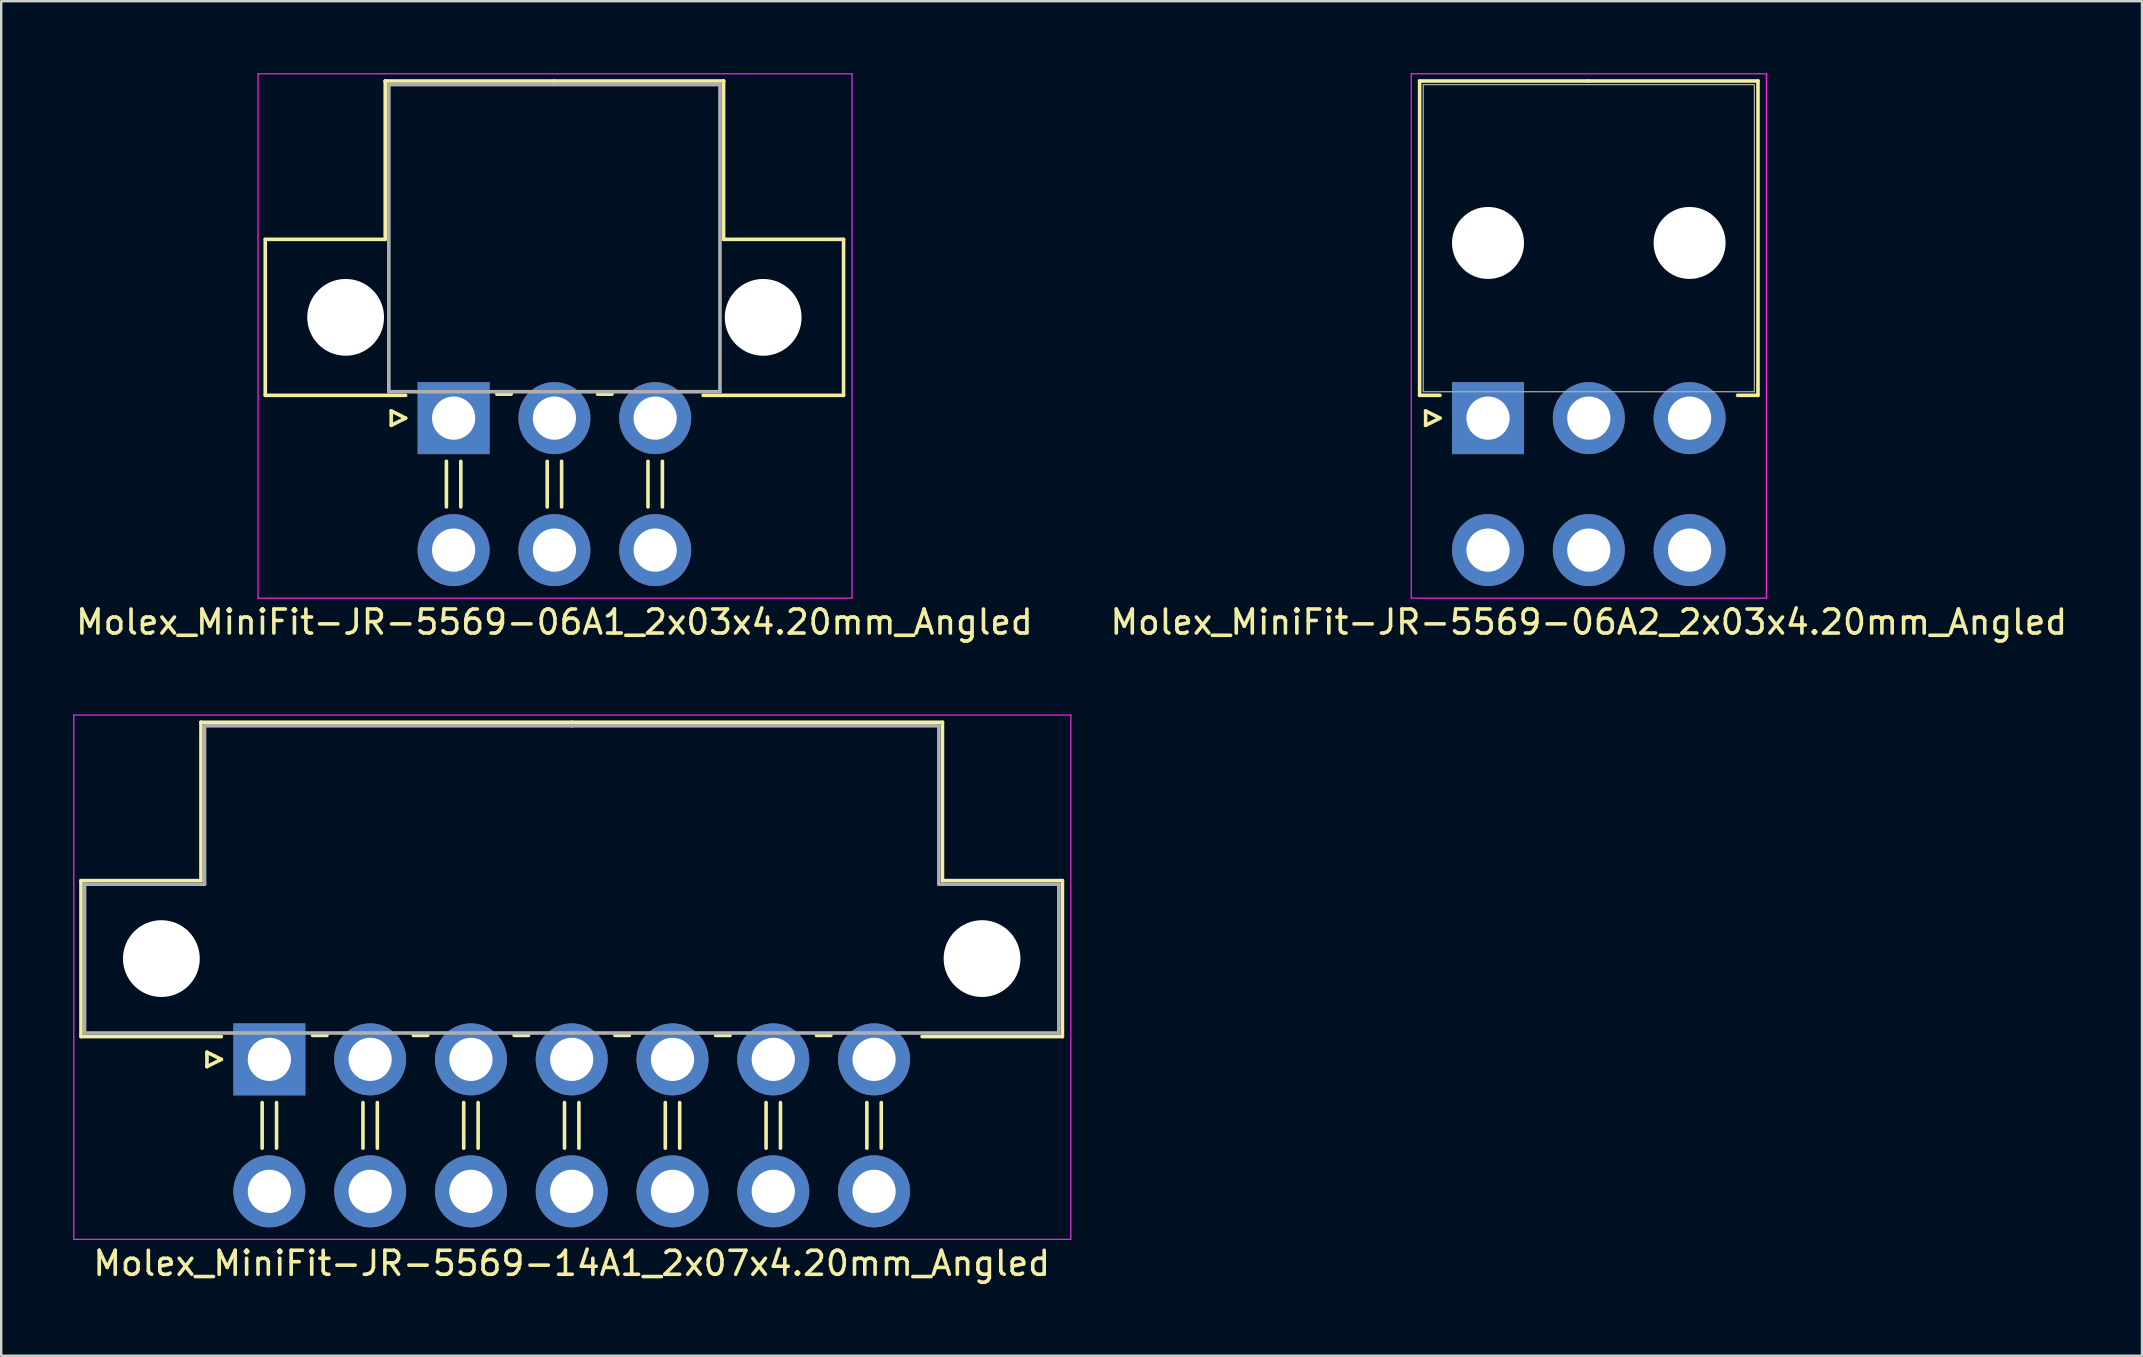
<source format=kicad_pcb>
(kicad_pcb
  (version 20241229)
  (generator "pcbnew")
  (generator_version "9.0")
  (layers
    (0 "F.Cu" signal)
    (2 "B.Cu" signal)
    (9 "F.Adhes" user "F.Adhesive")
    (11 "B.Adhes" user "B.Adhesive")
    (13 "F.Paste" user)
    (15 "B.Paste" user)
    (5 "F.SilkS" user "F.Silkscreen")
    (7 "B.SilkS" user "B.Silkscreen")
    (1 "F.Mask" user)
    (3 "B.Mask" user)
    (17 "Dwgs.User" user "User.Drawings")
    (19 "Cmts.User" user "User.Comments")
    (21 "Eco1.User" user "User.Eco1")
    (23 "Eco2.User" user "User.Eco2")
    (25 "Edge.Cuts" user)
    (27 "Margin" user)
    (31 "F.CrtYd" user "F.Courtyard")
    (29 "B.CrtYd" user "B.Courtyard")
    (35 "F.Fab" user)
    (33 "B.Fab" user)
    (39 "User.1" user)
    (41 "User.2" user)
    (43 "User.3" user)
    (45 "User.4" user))
  (footprint "Molex_MiniFit-JR-5569-14A1_2x07x4.20mm_Angled"
    (layer "F.Cu")
    (at 8.175 41.098)
    (property "Reference" "Molex_MiniFit-JR-5569-14A1_2x07x4.20mm_Angled" (at 12.6 8.5 0) (layer "F.SilkS") (effects (font (size 1 1) (thickness 0.15))))
    (attr through_hole)
    (fp_line (start -7.85 -7.45) (end -7.85 -0.95) (stroke (width 0.15) (type solid)) (layer "F.SilkS"))
    (fp_line (start -7.85 -0.95) (end -2 -0.95) (stroke (width 0.15) (type solid)) (layer "F.SilkS"))
    (fp_line (start -2.85 -14.05) (end -2.85 -7.45) (stroke (width 0.15) (type solid)) (layer "F.SilkS"))
    (fp_line (start -2.85 -7.45) (end -7.85 -7.45) (stroke (width 0.15) (type solid)) (layer "F.SilkS"))
    (fp_line (start -2.6 -0.3) (end -2 0) (stroke (width 0.15) (type solid)) (layer "F.SilkS"))
    (fp_line (start -2.6 0.3) (end -2.6 -0.3) (stroke (width 0.15) (type solid)) (layer "F.SilkS"))
    (fp_line (start -2 0) (end -2.6 0.3) (stroke (width 0.15) (type solid)) (layer "F.SilkS"))
    (fp_line (start -0.3 1.8) (end -0.3 3.7) (stroke (width 0.15) (type solid)) (layer "F.SilkS"))
    (fp_line (start 0.3 1.8) (end 0.3 3.7) (stroke (width 0.15) (type solid)) (layer "F.SilkS"))
    (fp_line (start 1.8 -1) (end 2.4 -1) (stroke (width 0.15) (type solid)) (layer "F.SilkS"))
    (fp_line (start 3.9 1.8) (end 3.9 3.7) (stroke (width 0.15) (type solid)) (layer "F.SilkS"))
    (fp_line (start 4.5 1.8) (end 4.5 3.7) (stroke (width 0.15) (type solid)) (layer "F.SilkS"))
    (fp_line (start 6 -1) (end 6.6 -1) (stroke (width 0.15) (type solid)) (layer "F.SilkS"))
    (fp_line (start 8.1 1.8) (end 8.1 3.7) (stroke (width 0.15) (type solid)) (layer "F.SilkS"))
    (fp_line (start 8.7 1.8) (end 8.7 3.7) (stroke (width 0.15) (type solid)) (layer "F.SilkS"))
    (fp_line (start 10.2 -1) (end 10.8 -1) (stroke (width 0.15) (type solid)) (layer "F.SilkS"))
    (fp_line (start 12.3 1.8) (end 12.3 3.7) (stroke (width 0.15) (type solid)) (layer "F.SilkS"))
    (fp_line (start 12.6 -14.05) (end -2.85 -14.05) (stroke (width 0.15) (type solid)) (layer "F.SilkS"))
    (fp_line (start 12.6 -14.05) (end 28.05 -14.05) (stroke (width 0.15) (type solid)) (layer "F.SilkS"))
    (fp_line (start 12.9 1.8) (end 12.9 3.7) (stroke (width 0.15) (type solid)) (layer "F.SilkS"))
    (fp_line (start 14.4 -1) (end 15 -1) (stroke (width 0.15) (type solid)) (layer "F.SilkS"))
    (fp_line (start 16.5 1.8) (end 16.5 3.7) (stroke (width 0.15) (type solid)) (layer "F.SilkS"))
    (fp_line (start 17.1 1.8) (end 17.1 3.7) (stroke (width 0.15) (type solid)) (layer "F.SilkS"))
    (fp_line (start 18.6 -1) (end 19.2 -1) (stroke (width 0.15) (type solid)) (layer "F.SilkS"))
    (fp_line (start 20.7 1.8) (end 20.7 3.7) (stroke (width 0.15) (type solid)) (layer "F.SilkS"))
    (fp_line (start 21.3 1.8) (end 21.3 3.7) (stroke (width 0.15) (type solid)) (layer "F.SilkS"))
    (fp_line (start 22.8 -1) (end 23.4 -1) (stroke (width 0.15) (type solid)) (layer "F.SilkS"))
    (fp_line (start 24.9 1.8) (end 24.9 3.7) (stroke (width 0.15) (type solid)) (layer "F.SilkS"))
    (fp_line (start 25.5 1.8) (end 25.5 3.7) (stroke (width 0.15) (type solid)) (layer "F.SilkS"))
    (fp_line (start 28.05 -14.05) (end 28.05 -7.45) (stroke (width 0.15) (type solid)) (layer "F.SilkS"))
    (fp_line (start 28.05 -7.45) (end 33.05 -7.45) (stroke (width 0.15) (type solid)) (layer "F.SilkS"))
    (fp_line (start 33.05 -7.45) (end 33.05 -0.95) (stroke (width 0.15) (type solid)) (layer "F.SilkS"))
    (fp_line (start 33.05 -0.95) (end 27.2 -0.95) (stroke (width 0.15) (type solid)) (layer "F.SilkS"))
    (fp_line (start -8.15 -14.35) (end -8.15 7.5) (stroke (width 0.05) (type solid)) (layer "F.CrtYd"))
    (fp_line (start -8.15 7.5) (end 33.4 7.5) (stroke (width 0.05) (type solid)) (layer "F.CrtYd"))
    (fp_line (start 33.4 -14.35) (end -8.15 -14.35) (stroke (width 0.05) (type solid)) (layer "F.CrtYd"))
    (fp_line (start 33.4 7.5) (end 33.4 -14.35) (stroke (width 0.05) (type solid)) (layer "F.CrtYd"))
    (fp_line (start -7.7 -7.3) (end -7.7 -1.1) (stroke (width 0.15) (type solid)) (layer "F.Fab"))
    (fp_line (start -7.7 -1.1) (end 12.6 -1.1) (stroke (width 0.15) (type solid)) (layer "F.Fab"))
    (fp_line (start -2.7 -13.9) (end -2.7 -7.3) (stroke (width 0.15) (type solid)) (layer "F.Fab"))
    (fp_line (start -2.7 -7.3) (end -7.7 -7.3) (stroke (width 0.15) (type solid)) (layer "F.Fab"))
    (fp_line (start 12.6 -13.9) (end -2.7 -13.9) (stroke (width 0.15) (type solid)) (layer "F.Fab"))
    (fp_line (start 12.6 -13.9) (end 27.9 -13.9) (stroke (width 0.15) (type solid)) (layer "F.Fab"))
    (fp_line (start 27.9 -13.9) (end 27.9 -7.3) (stroke (width 0.15) (type solid)) (layer "F.Fab"))
    (fp_line (start 27.9 -7.3) (end 32.9 -7.3) (stroke (width 0.15) (type solid)) (layer "F.Fab"))
    (fp_line (start 32.9 -7.3) (end 32.9 -1.1) (stroke (width 0.15) (type solid)) (layer "F.Fab"))
    (fp_line (start 32.9 -1.1) (end 12.6 -1.1) (stroke (width 0.15) (type solid)) (layer "F.Fab"))
    (pad "" np_thru_hole circle (at -4.5 -4.2) (size 3.2 3.2) (drill 3.2) (layers "*.Cu"))
    (pad "" np_thru_hole circle (at 29.7 -4.2) (size 3.2 3.2) (drill 3.2) (layers "*.Cu"))
    (pad "1" thru_hole rect (at 0 0) (size 3 3) (drill 1.8) (layers "*.Cu" "*.Mask"))
    (pad "2" thru_hole circle (at 4.2 0) (size 3 3) (drill 1.8) (layers "*.Cu" "*.Mask"))
    (pad "3" thru_hole circle (at 8.4 0) (size 3 3) (drill 1.8) (layers "*.Cu" "*.Mask"))
    (pad "4" thru_hole circle (at 12.6 0) (size 3 3) (drill 1.8) (layers "*.Cu" "*.Mask"))
    (pad "5" thru_hole circle (at 16.8 0) (size 3 3) (drill 1.8) (layers "*.Cu" "*.Mask"))
    (pad "6" thru_hole circle (at 21 0) (size 3 3) (drill 1.8) (layers "*.Cu" "*.Mask"))
    (pad "7" thru_hole circle (at 25.2 0) (size 3 3) (drill 1.8) (layers "*.Cu" "*.Mask"))
    (pad "8" thru_hole circle (at 0 5.5) (size 3 3) (drill 1.8) (layers "*.Cu" "*.Mask"))
    (pad "9" thru_hole circle (at 4.2 5.5) (size 3 3) (drill 1.8) (layers "*.Cu" "*.Mask"))
    (pad "10" thru_hole circle (at 8.4 5.5) (size 3 3) (drill 1.8) (layers "*.Cu" "*.Mask"))
    (pad "11" thru_hole circle (at 12.6 5.5) (size 3 3) (drill 1.8) (layers "*.Cu" "*.Mask"))
    (pad "12" thru_hole circle (at 16.8 5.5) (size 3 3) (drill 1.8) (layers "*.Cu" "*.Mask"))
    (pad "13" thru_hole circle (at 21 5.5) (size 3 3) (drill 1.8) (layers "*.Cu" "*.Mask"))
    (pad "14" thru_hole circle (at 25.2 5.5) (size 3 3) (drill 1.8) (layers "*.Cu" "*.Mask")))
  (footprint "Molex_MiniFit-JR-5569-06A1_2x03x4.20mm_Angled"
    (layer "F.Cu")
    (at 15.854 14.375)
    (property "Reference" "Molex_MiniFit-JR-5569-06A1_2x03x4.20mm_Angled" (at 4.2 8.5 0) (layer "F.SilkS") (effects (font (size 1 1) (thickness 0.15))))
    (attr through_hole)
    (fp_line (start -7.85 -7.45) (end -7.85 -0.95) (stroke (width 0.15) (type solid)) (layer "F.SilkS"))
    (fp_line (start -7.85 -0.95) (end -2 -0.95) (stroke (width 0.15) (type solid)) (layer "F.SilkS"))
    (fp_line (start -2.85 -14.05) (end -2.85 -14.05) (stroke (width 0.15) (type solid)) (layer "F.SilkS"))
    (fp_line (start -2.85 -14.05) (end -2.85 -7.45) (stroke (width 0.15) (type solid)) (layer "F.SilkS"))
    (fp_line (start -2.85 -7.45) (end -7.85 -7.45) (stroke (width 0.15) (type solid)) (layer "F.SilkS"))
    (fp_line (start -2.6 -0.3) (end -2 0) (stroke (width 0.15) (type solid)) (layer "F.SilkS"))
    (fp_line (start -2.6 0.3) (end -2.6 -0.3) (stroke (width 0.15) (type solid)) (layer "F.SilkS"))
    (fp_line (start -2 0) (end -2.6 0.3) (stroke (width 0.15) (type solid)) (layer "F.SilkS"))
    (fp_line (start -0.3 1.8) (end -0.3 3.7) (stroke (width 0.15) (type solid)) (layer "F.SilkS"))
    (fp_line (start 0.3 1.8) (end 0.3 3.7) (stroke (width 0.15) (type solid)) (layer "F.SilkS"))
    (fp_line (start 1.8 -1) (end 2.4 -1) (stroke (width 0.15) (type solid)) (layer "F.SilkS"))
    (fp_line (start 3.9 1.8) (end 3.9 3.7) (stroke (width 0.15) (type solid)) (layer "F.SilkS"))
    (fp_line (start 4.2 -14.05) (end -2.85 -14.05) (stroke (width 0.15) (type solid)) (layer "F.SilkS"))
    (fp_line (start 4.2 -14.05) (end 11.25 -14.05) (stroke (width 0.15) (type solid)) (layer "F.SilkS"))
    (fp_line (start 4.5 1.8) (end 4.5 3.7) (stroke (width 0.15) (type solid)) (layer "F.SilkS"))
    (fp_line (start 6 -1) (end 6.6 -1) (stroke (width 0.15) (type solid)) (layer "F.SilkS"))
    (fp_line (start 8.1 1.8) (end 8.1 3.7) (stroke (width 0.15) (type solid)) (layer "F.SilkS"))
    (fp_line (start 8.7 1.8) (end 8.7 3.7) (stroke (width 0.15) (type solid)) (layer "F.SilkS"))
    (fp_line (start 11.25 -14.05) (end 11.25 -14.05) (stroke (width 0.15) (type solid)) (layer "F.SilkS"))
    (fp_line (start 11.25 -14.05) (end 11.25 -7.45) (stroke (width 0.15) (type solid)) (layer "F.SilkS"))
    (fp_line (start 11.25 -7.45) (end 16.25 -7.45) (stroke (width 0.15) (type solid)) (layer "F.SilkS"))
    (fp_line (start 16.25 -7.45) (end 16.25 -0.95) (stroke (width 0.15) (type solid)) (layer "F.SilkS"))
    (fp_line (start 16.25 -0.95) (end 10.4 -0.95) (stroke (width 0.15) (type solid)) (layer "F.SilkS"))
    (fp_line (start -8.15 -14.35) (end -8.15 7.5) (stroke (width 0.05) (type solid)) (layer "F.CrtYd"))
    (fp_line (start -8.15 7.5) (end 16.6 7.5) (stroke (width 0.05) (type solid)) (layer "F.CrtYd"))
    (fp_line (start 16.6 -14.35) (end -8.15 -14.35) (stroke (width 0.05) (type solid)) (layer "F.CrtYd"))
    (fp_line (start 16.6 7.5) (end 16.6 -14.35) (stroke (width 0.05) (type solid)) (layer "F.CrtYd"))
    (fp_line (start -2.7 -13.9) (end -2.7 -1.1) (stroke (width 0.15) (type solid)) (layer "F.Fab"))
    (fp_line (start -2.7 -1.1) (end 11.1 -1.1) (stroke (width 0.15) (type solid)) (layer "F.Fab"))
    (fp_line (start 11.1 -13.9) (end -2.7 -13.9) (stroke (width 0.15) (type solid)) (layer "F.Fab"))
    (fp_line (start 11.1 -1.1) (end 11.1 -13.9) (stroke (width 0.15) (type solid)) (layer "F.Fab"))
    (pad "" np_thru_hole circle (at -4.5 -4.2) (size 3.2 3.2) (drill 3.2) (layers "*.Cu"))
    (pad "" np_thru_hole circle (at 12.9 -4.2) (size 3.2 3.2) (drill 3.2) (layers "*.Cu"))
    (pad "1" thru_hole rect (at 0 0) (size 3 3) (drill 1.8) (layers "*.Cu" "*.Mask"))
    (pad "2" thru_hole circle (at 4.2 0) (size 3 3) (drill 1.8) (layers "*.Cu" "*.Mask"))
    (pad "3" thru_hole circle (at 8.4 0) (size 3 3) (drill 1.8) (layers "*.Cu" "*.Mask"))
    (pad "4" thru_hole circle (at 0 5.5) (size 3 3) (drill 1.8) (layers "*.Cu" "*.Mask"))
    (pad "5" thru_hole circle (at 4.2 5.5) (size 3 3) (drill 1.8) (layers "*.Cu" "*.Mask"))
    (pad "6" thru_hole circle (at 8.4 5.5) (size 3 3) (drill 1.8) (layers "*.Cu" "*.Mask")))
  (footprint "Molex_MiniFit-JR-5569-06A2_2x03x4.20mm_Angled"
    (layer "F.Cu")
    (at 58.961 14.375)
    (property "Reference" "Molex_MiniFit-JR-5569-06A2_2x03x4.20mm_Angled" (at 4.2 8.5 0) (layer "F.SilkS") (effects (font (size 1 1) (thickness 0.15))))
    (attr through_hole)
    (fp_line (start -2.85 -14.05) (end 4.2 -14.05) (stroke (width 0.15) (type solid)) (layer "F.SilkS"))
    (fp_line (start -2.85 -0.95) (end -2.85 -14.05) (stroke (width 0.15) (type solid)) (layer "F.SilkS"))
    (fp_line (start -2.6 -0.3) (end -2 0) (stroke (width 0.15) (type solid)) (layer "F.SilkS"))
    (fp_line (start -2.6 0.3) (end -2.6 -0.3) (stroke (width 0.15) (type solid)) (layer "F.SilkS"))
    (fp_line (start -2 -0.95) (end -2.85 -0.95) (stroke (width 0.15) (type solid)) (layer "F.SilkS"))
    (fp_line (start -2 0) (end -2.6 0.3) (stroke (width 0.15) (type solid)) (layer "F.SilkS"))
    (fp_line (start 10.4 -0.95) (end 11.25 -0.95) (stroke (width 0.15) (type solid)) (layer "F.SilkS"))
    (fp_line (start 11.25 -14.05) (end 4.2 -14.05) (stroke (width 0.15) (type solid)) (layer "F.SilkS"))
    (fp_line (start 11.25 -0.95) (end 11.25 -14.05) (stroke (width 0.15) (type solid)) (layer "F.SilkS"))
    (fp_line (start -3.2 -14.35) (end -3.2 7.5) (stroke (width 0.05) (type solid)) (layer "F.CrtYd"))
    (fp_line (start -3.2 7.5) (end 11.6 7.5) (stroke (width 0.05) (type solid)) (layer "F.CrtYd"))
    (fp_line (start 11.6 -14.35) (end -3.2 -14.35) (stroke (width 0.05) (type solid)) (layer "F.CrtYd"))
    (fp_line (start 11.6 7.5) (end 11.6 -14.35) (stroke (width 0.05) (type solid)) (layer "F.CrtYd"))
    (fp_line (start -2.7 -13.9) (end -2.7 -1.1) (stroke (width 0.05) (type solid)) (layer "F.Fab"))
    (fp_line (start -2.7 -1.1) (end 11.1 -1.1) (stroke (width 0.05) (type solid)) (layer "F.Fab"))
    (fp_line (start 11.1 -13.9) (end -2.7 -13.9) (stroke (width 0.05) (type solid)) (layer "F.Fab"))
    (fp_line (start 11.1 -1.1) (end 11.1 -13.9) (stroke (width 0.05) (type solid)) (layer "F.Fab"))
    (pad "" np_thru_hole circle (at 0 -7.3) (size 3 3) (drill 3) (layers "*.Cu"))
    (pad "" np_thru_hole circle (at 8.4 -7.3) (size 3 3) (drill 3) (layers "*.Cu"))
    (pad "1" thru_hole rect (at 0 0) (size 3 3) (drill 1.8) (layers "*.Cu" "*.Mask"))
    (pad "2" thru_hole circle (at 4.2 0) (size 3 3) (drill 1.8) (layers "*.Cu" "*.Mask"))
    (pad "3" thru_hole circle (at 8.4 0) (size 3 3) (drill 1.8) (layers "*.Cu" "*.Mask"))
    (pad "4" thru_hole circle (at 0 5.5) (size 3 3) (drill 1.8) (layers "*.Cu" "*.Mask"))
    (pad "5" thru_hole circle (at 4.2 5.5) (size 3 3) (drill 1.8) (layers "*.Cu" "*.Mask"))
    (pad "6" thru_hole circle (at 8.4 5.5) (size 3 3) (drill 1.8) (layers "*.Cu" "*.Mask")))
  (gr_rect
    (start -3 -3)
    (end 86.214 53.447)
    (stroke (width 0.1) (type default))
    (fill no)
    (layer "Edge.Cuts")))
</source>
